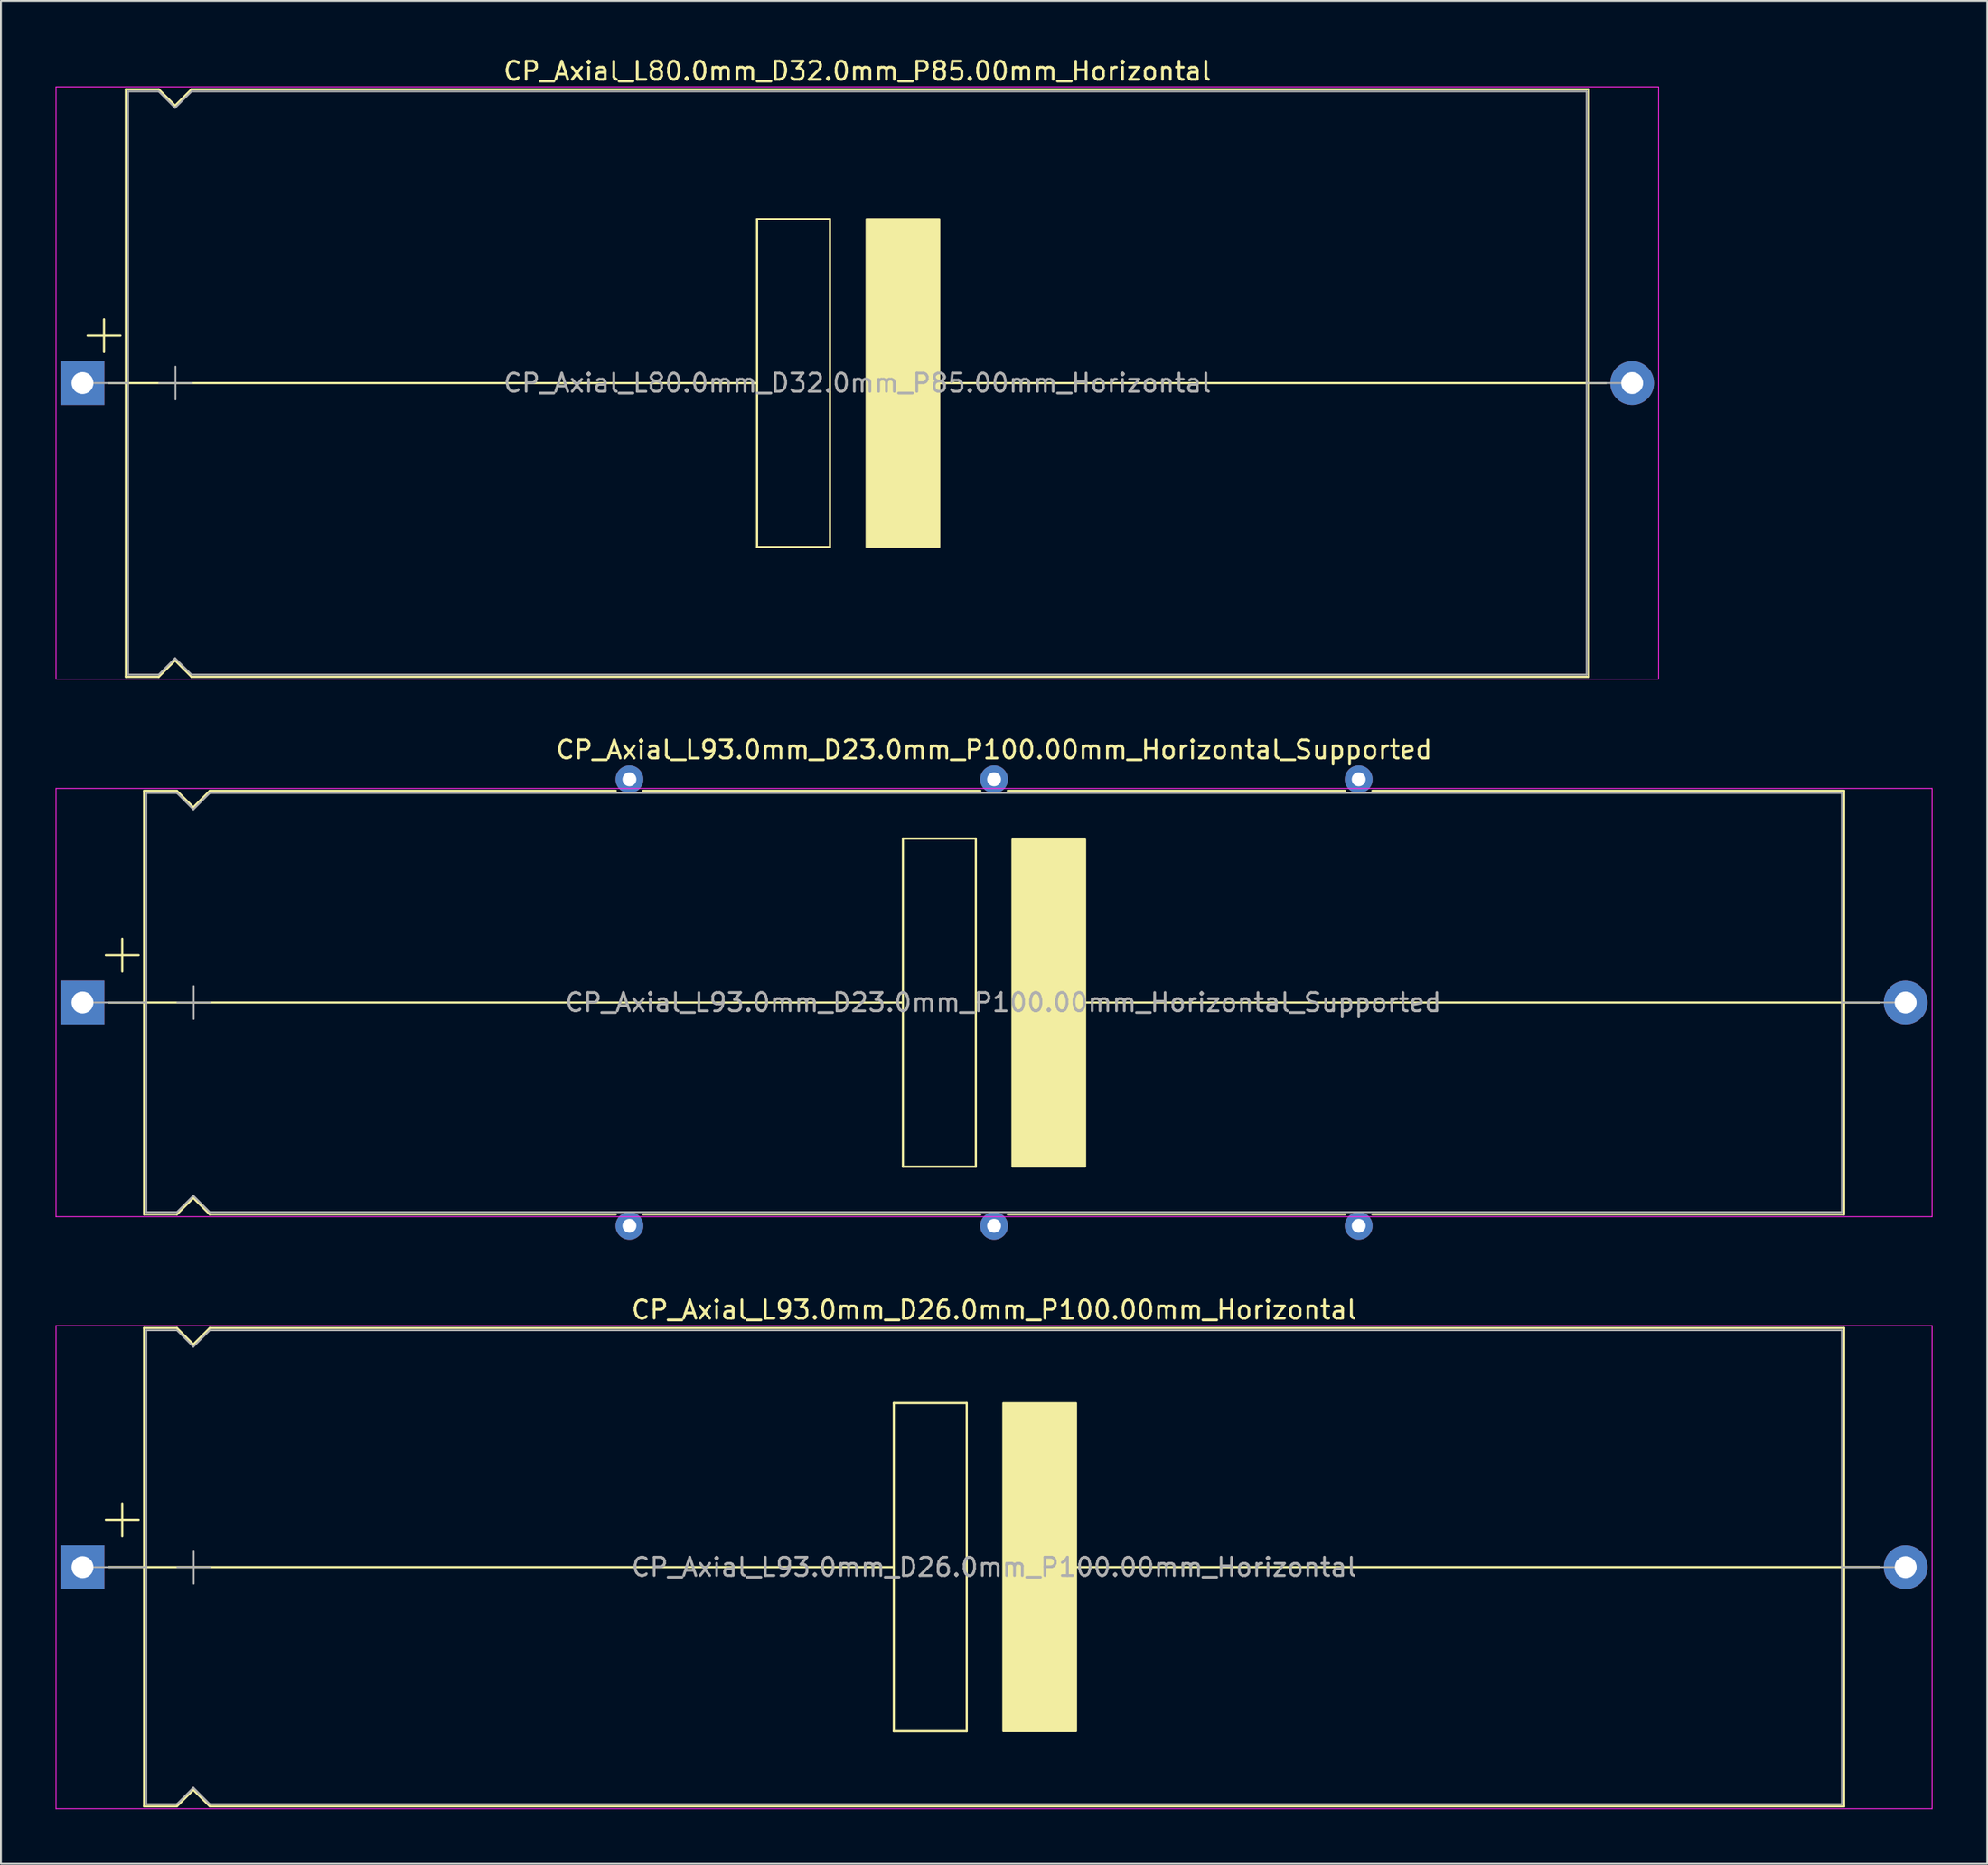
<source format=kicad_pcb>
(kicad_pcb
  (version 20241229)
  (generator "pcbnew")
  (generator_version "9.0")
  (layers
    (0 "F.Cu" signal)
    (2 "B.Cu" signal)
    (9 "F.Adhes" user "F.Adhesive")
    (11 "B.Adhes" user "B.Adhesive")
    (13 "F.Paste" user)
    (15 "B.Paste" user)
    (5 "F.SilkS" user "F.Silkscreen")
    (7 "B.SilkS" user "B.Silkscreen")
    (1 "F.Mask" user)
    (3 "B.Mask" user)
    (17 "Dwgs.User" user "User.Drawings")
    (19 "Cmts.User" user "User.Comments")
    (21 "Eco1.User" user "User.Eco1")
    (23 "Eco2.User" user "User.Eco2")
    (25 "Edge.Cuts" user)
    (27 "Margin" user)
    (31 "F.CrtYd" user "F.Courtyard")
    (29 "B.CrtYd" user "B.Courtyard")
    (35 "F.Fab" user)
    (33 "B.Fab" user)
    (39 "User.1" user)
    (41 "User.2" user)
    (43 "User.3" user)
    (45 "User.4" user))
  (footprint "CP_Axial_L80.0mm_D32.0mm_P85.00mm_Horizontal"
    (layer "F.Cu")
    (at 1.475 17.968)
    (property "Reference" "CP_Axial_L80.0mm_D32.0mm_P85.00mm_Horizontal" (at 42.5 -17.12 0) (layer "F.SilkS") (effects (font (size 1 1) (thickness 0.15))))
    (attr through_hole)
    (fp_line (start 0.28 -2.6) (end 2.08 -2.6) (stroke (width 0.12) (type solid)) (layer "F.SilkS"))
    (fp_line (start 1.18 -3.5) (end 1.18 -1.7) (stroke (width 0.12) (type solid)) (layer "F.SilkS"))
    (fp_line (start 1.44 0) (end 2.38 0) (stroke (width 0.12) (type solid)) (layer "F.SilkS"))
    (fp_line (start 2.38 -16.12) (end 2.38 16.12) (stroke (width 0.12) (type solid)) (layer "F.SilkS"))
    (fp_line (start 2.38 -16.12) (end 4.18 -16.12) (stroke (width 0.12) (type solid)) (layer "F.SilkS"))
    (fp_line (start 2.38 0) (end 37 0) (stroke (width 0.12) (type solid)) (layer "F.SilkS"))
    (fp_line (start 2.38 16.12) (end 4.18 16.12) (stroke (width 0.12) (type solid)) (layer "F.SilkS"))
    (fp_line (start 4.18 -16.12) (end 5.08 -15.22) (stroke (width 0.12) (type solid)) (layer "F.SilkS"))
    (fp_line (start 4.18 16.12) (end 5.08 15.22) (stroke (width 0.12) (type solid)) (layer "F.SilkS"))
    (fp_line (start 5.08 -15.22) (end 5.98 -16.12) (stroke (width 0.12) (type solid)) (layer "F.SilkS"))
    (fp_line (start 5.08 15.22) (end 5.98 16.12) (stroke (width 0.12) (type solid)) (layer "F.SilkS"))
    (fp_line (start 5.98 -16.12) (end 82.62 -16.12) (stroke (width 0.12) (type solid)) (layer "F.SilkS"))
    (fp_line (start 5.98 16.12) (end 82.62 16.12) (stroke (width 0.12) (type solid)) (layer "F.SilkS"))
    (fp_line (start 37 -9) (end 41 -9) (stroke (width 0.12) (type solid)) (layer "F.SilkS"))
    (fp_line (start 37 9) (end 37 -9) (stroke (width 0.12) (type solid)) (layer "F.SilkS"))
    (fp_line (start 41 -9) (end 41 9) (stroke (width 0.12) (type solid)) (layer "F.SilkS"))
    (fp_line (start 41 9) (end 37 9) (stroke (width 0.12) (type solid)) (layer "F.SilkS"))
    (fp_line (start 47 0) (end 82.62 0) (stroke (width 0.12) (type solid)) (layer "F.SilkS"))
    (fp_line (start 82.62 -16.12) (end 82.62 16.12) (stroke (width 0.12) (type solid)) (layer "F.SilkS"))
    (fp_line (start 83.56 0) (end 82.62 0) (stroke (width 0.12) (type solid)) (layer "F.SilkS"))
    (fp_poly (pts (xy 47 9) (xy 43 9) (xy 43 -9) (xy 47 -9)) (stroke (width 0.1) (type solid)) (fill yes) (layer "F.SilkS"))
    (fp_line (start -1.45 -16.25) (end -1.45 16.25) (stroke (width 0.05) (type solid)) (layer "F.CrtYd"))
    (fp_line (start -1.45 16.25) (end 86.45 16.25) (stroke (width 0.05) (type solid)) (layer "F.CrtYd"))
    (fp_line (start 86.45 -16.25) (end -1.45 -16.25) (stroke (width 0.05) (type solid)) (layer "F.CrtYd"))
    (fp_line (start 86.45 16.25) (end 86.45 -16.25) (stroke (width 0.05) (type solid)) (layer "F.CrtYd"))
    (fp_line (start 0 0) (end 2.5 0) (stroke (width 0.1) (type solid)) (layer "F.Fab"))
    (fp_line (start 2.5 -16) (end 2.5 16) (stroke (width 0.1) (type solid)) (layer "F.Fab"))
    (fp_line (start 2.5 -16) (end 4.18 -16) (stroke (width 0.1) (type solid)) (layer "F.Fab"))
    (fp_line (start 2.5 16) (end 4.18 16) (stroke (width 0.1) (type solid)) (layer "F.Fab"))
    (fp_line (start 4.18 -16) (end 5.08 -15.1) (stroke (width 0.1) (type solid)) (layer "F.Fab"))
    (fp_line (start 4.18 16) (end 5.08 15.1) (stroke (width 0.1) (type solid)) (layer "F.Fab"))
    (fp_line (start 4.2 0) (end 6 0) (stroke (width 0.1) (type solid)) (layer "F.Fab"))
    (fp_line (start 5.08 -15.1) (end 5.98 -16) (stroke (width 0.1) (type solid)) (layer "F.Fab"))
    (fp_line (start 5.08 15.1) (end 5.98 16) (stroke (width 0.1) (type solid)) (layer "F.Fab"))
    (fp_line (start 5.1 -0.9) (end 5.1 0.9) (stroke (width 0.1) (type solid)) (layer "F.Fab"))
    (fp_line (start 5.98 -16) (end 82.5 -16) (stroke (width 0.1) (type solid)) (layer "F.Fab"))
    (fp_line (start 5.98 16) (end 82.5 16) (stroke (width 0.1) (type solid)) (layer "F.Fab"))
    (fp_line (start 82.5 -16) (end 82.5 16) (stroke (width 0.1) (type solid)) (layer "F.Fab"))
    (fp_line (start 85 0) (end 82.5 0) (stroke (width 0.1) (type solid)) (layer "F.Fab"))
    (fp_text user "${REFERENCE}" (at 42.5 0 0) (layer "F.Fab") (effects (font (size 1 1) (thickness 0.15))))
    (pad "1" thru_hole rect (at 0 0) (size 2.4 2.4) (drill 1.2) (layers "*.Cu" "*.Mask"))
    (pad "2" thru_hole oval (at 85 0) (size 2.4 2.4) (drill 1.2) (layers "*.Cu" "*.Mask")))
  (footprint "CP_Axial_L93.0mm_D26.0mm_P100.00mm_Horizontal"
    (layer "F.Cu")
    (at 1.475 82.942)
    (property "Reference" "CP_Axial_L93.0mm_D26.0mm_P100.00mm_Horizontal" (at 50 -14.12 0) (layer "F.SilkS") (effects (font (size 1 1) (thickness 0.15))))
    (attr through_hole)
    (fp_line (start 1.28 -2.6) (end 3.08 -2.6) (stroke (width 0.12) (type solid)) (layer "F.SilkS"))
    (fp_line (start 1.44 0) (end 3.38 0) (stroke (width 0.12) (type solid)) (layer "F.SilkS"))
    (fp_line (start 2.18 -3.5) (end 2.18 -1.7) (stroke (width 0.12) (type solid)) (layer "F.SilkS"))
    (fp_line (start 3.38 -13.12) (end 3.38 13.12) (stroke (width 0.12) (type solid)) (layer "F.SilkS"))
    (fp_line (start 3.38 -13.12) (end 5.18 -13.12) (stroke (width 0.12) (type solid)) (layer "F.SilkS"))
    (fp_line (start 3.38 0) (end 44.5 0) (stroke (width 0.12) (type solid)) (layer "F.SilkS"))
    (fp_line (start 3.38 13.12) (end 5.18 13.12) (stroke (width 0.12) (type solid)) (layer "F.SilkS"))
    (fp_line (start 5.18 -13.12) (end 6.08 -12.22) (stroke (width 0.12) (type solid)) (layer "F.SilkS"))
    (fp_line (start 5.18 13.12) (end 6.08 12.22) (stroke (width 0.12) (type solid)) (layer "F.SilkS"))
    (fp_line (start 6.08 -12.22) (end 6.98 -13.12) (stroke (width 0.12) (type solid)) (layer "F.SilkS"))
    (fp_line (start 6.08 12.22) (end 6.98 13.12) (stroke (width 0.12) (type solid)) (layer "F.SilkS"))
    (fp_line (start 6.98 -13.12) (end 96.62 -13.12) (stroke (width 0.12) (type solid)) (layer "F.SilkS"))
    (fp_line (start 6.98 13.12) (end 96.62 13.12) (stroke (width 0.12) (type solid)) (layer "F.SilkS"))
    (fp_line (start 44.5 -9) (end 48.5 -9) (stroke (width 0.12) (type solid)) (layer "F.SilkS"))
    (fp_line (start 44.5 9) (end 44.5 -9) (stroke (width 0.12) (type solid)) (layer "F.SilkS"))
    (fp_line (start 48.5 -9) (end 48.5 9) (stroke (width 0.12) (type solid)) (layer "F.SilkS"))
    (fp_line (start 48.5 9) (end 44.5 9) (stroke (width 0.12) (type solid)) (layer "F.SilkS"))
    (fp_line (start 54.5 0) (end 96.62 0) (stroke (width 0.12) (type solid)) (layer "F.SilkS"))
    (fp_line (start 96.62 -13.12) (end 96.62 13.12) (stroke (width 0.12) (type solid)) (layer "F.SilkS"))
    (fp_line (start 98.56 0) (end 96.62 0) (stroke (width 0.12) (type solid)) (layer "F.SilkS"))
    (fp_poly (pts (xy 54.5 9) (xy 50.5 9) (xy 50.5 -9) (xy 54.5 -9)) (stroke (width 0.1) (type solid)) (fill yes) (layer "F.SilkS"))
    (fp_line (start -1.45 -13.25) (end -1.45 13.25) (stroke (width 0.05) (type solid)) (layer "F.CrtYd"))
    (fp_line (start -1.45 13.25) (end 101.45 13.25) (stroke (width 0.05) (type solid)) (layer "F.CrtYd"))
    (fp_line (start 101.45 -13.25) (end -1.45 -13.25) (stroke (width 0.05) (type solid)) (layer "F.CrtYd"))
    (fp_line (start 101.45 13.25) (end 101.45 -13.25) (stroke (width 0.05) (type solid)) (layer "F.CrtYd"))
    (fp_line (start 0 0) (end 3.5 0) (stroke (width 0.1) (type solid)) (layer "F.Fab"))
    (fp_line (start 3.5 -13) (end 3.5 13) (stroke (width 0.1) (type solid)) (layer "F.Fab"))
    (fp_line (start 3.5 -13) (end 5.18 -13) (stroke (width 0.1) (type solid)) (layer "F.Fab"))
    (fp_line (start 3.5 13) (end 5.18 13) (stroke (width 0.1) (type solid)) (layer "F.Fab"))
    (fp_line (start 5.18 -13) (end 6.08 -12.1) (stroke (width 0.1) (type solid)) (layer "F.Fab"))
    (fp_line (start 5.18 13) (end 6.08 12.1) (stroke (width 0.1) (type solid)) (layer "F.Fab"))
    (fp_line (start 5.2 0) (end 7 0) (stroke (width 0.1) (type solid)) (layer "F.Fab"))
    (fp_line (start 6.08 -12.1) (end 6.98 -13) (stroke (width 0.1) (type solid)) (layer "F.Fab"))
    (fp_line (start 6.08 12.1) (end 6.98 13) (stroke (width 0.1) (type solid)) (layer "F.Fab"))
    (fp_line (start 6.1 -0.9) (end 6.1 0.9) (stroke (width 0.1) (type solid)) (layer "F.Fab"))
    (fp_line (start 6.98 -13) (end 96.5 -13) (stroke (width 0.1) (type solid)) (layer "F.Fab"))
    (fp_line (start 6.98 13) (end 96.5 13) (stroke (width 0.1) (type solid)) (layer "F.Fab"))
    (fp_line (start 96.5 -13) (end 96.5 13) (stroke (width 0.1) (type solid)) (layer "F.Fab"))
    (fp_line (start 100 0) (end 96.5 0) (stroke (width 0.1) (type solid)) (layer "F.Fab"))
    (fp_text user "${REFERENCE}" (at 50 0 0) (layer "F.Fab") (effects (font (size 1 1) (thickness 0.15))))
    (pad "1" thru_hole rect (at 0 0) (size 2.4 2.4) (drill 1.2) (layers "*.Cu" "*.Mask"))
    (pad "2" thru_hole oval (at 100 0) (size 2.4 2.4) (drill 1.2) (layers "*.Cu" "*.Mask")))
  (footprint "CP_Axial_L93.0mm_D23.0mm_P100.00mm_Horizontal_Supported"
    (layer "F.Cu")
    (at 1.475 51.962)
    (property "Reference" "CP_Axial_L93.0mm_D23.0mm_P100.00mm_Horizontal_Supported" (at 50 -13.87 0) (layer "F.SilkS") (effects (font (size 1 1) (thickness 0.15))))
    (attr through_hole)
    (fp_line (start 1.28 -2.6) (end 3.08 -2.6) (stroke (width 0.12) (type solid)) (layer "F.SilkS"))
    (fp_line (start 1.44 0) (end 3.38 0) (stroke (width 0.12) (type solid)) (layer "F.SilkS"))
    (fp_line (start 2.18 -3.5) (end 2.18 -1.7) (stroke (width 0.12) (type solid)) (layer "F.SilkS"))
    (fp_line (start 3.38 -11.62) (end 3.38 11.62) (stroke (width 0.12) (type solid)) (layer "F.SilkS"))
    (fp_line (start 3.38 -11.62) (end 5.18 -11.62) (stroke (width 0.12) (type solid)) (layer "F.SilkS"))
    (fp_line (start 3.38 0) (end 45 0) (stroke (width 0.12) (type solid)) (layer "F.SilkS"))
    (fp_line (start 3.38 11.62) (end 5.18 11.62) (stroke (width 0.12) (type solid)) (layer "F.SilkS"))
    (fp_line (start 5.18 -11.62) (end 6.08 -10.72) (stroke (width 0.12) (type solid)) (layer "F.SilkS"))
    (fp_line (start 5.18 11.62) (end 6.08 10.72) (stroke (width 0.12) (type solid)) (layer "F.SilkS"))
    (fp_line (start 6.08 -10.72) (end 6.98 -11.62) (stroke (width 0.12) (type solid)) (layer "F.SilkS"))
    (fp_line (start 6.08 10.72) (end 6.98 11.62) (stroke (width 0.12) (type solid)) (layer "F.SilkS"))
    (fp_line (start 6.98 -11.62) (end 29.25 -11.62) (stroke (width 0.12) (type solid)) (layer "F.SilkS"))
    (fp_line (start 6.98 11.62) (end 29.25 11.62) (stroke (width 0.12) (type solid)) (layer "F.SilkS"))
    (fp_line (start 30.75 -11.62) (end 49.25 -11.62) (stroke (width 0.12) (type solid)) (layer "F.SilkS"))
    (fp_line (start 30.75 11.62) (end 49.25 11.62) (stroke (width 0.12) (type solid)) (layer "F.SilkS"))
    (fp_line (start 45 -9) (end 49 -9) (stroke (width 0.12) (type solid)) (layer "F.SilkS"))
    (fp_line (start 45 9) (end 45 -9) (stroke (width 0.12) (type solid)) (layer "F.SilkS"))
    (fp_line (start 49 -9) (end 49 9) (stroke (width 0.12) (type solid)) (layer "F.SilkS"))
    (fp_line (start 49 9) (end 45 9) (stroke (width 0.12) (type solid)) (layer "F.SilkS"))
    (fp_line (start 50.75 -11.62) (end 69.25 -11.62) (stroke (width 0.12) (type solid)) (layer "F.SilkS"))
    (fp_line (start 50.75 11.62) (end 69.25 11.62) (stroke (width 0.12) (type solid)) (layer "F.SilkS"))
    (fp_line (start 54.5 0) (end 96.62 0) (stroke (width 0.12) (type solid)) (layer "F.SilkS"))
    (fp_line (start 70.75 -11.62) (end 96.62 -11.62) (stroke (width 0.12) (type solid)) (layer "F.SilkS"))
    (fp_line (start 70.75 11.62) (end 96.62 11.62) (stroke (width 0.12) (type solid)) (layer "F.SilkS"))
    (fp_line (start 96.62 -11.62) (end 96.62 11.62) (stroke (width 0.12) (type solid)) (layer "F.SilkS"))
    (fp_line (start 98.56 0) (end 96.62 0) (stroke (width 0.12) (type solid)) (layer "F.SilkS"))
    (fp_poly (pts (xy 55 9) (xy 51 9) (xy 51 -9) (xy 55 -9)) (stroke (width 0.1) (type solid)) (fill yes) (layer "F.SilkS"))
    (fp_line (start -1.45 -11.75) (end -1.45 11.75) (stroke (width 0.05) (type solid)) (layer "F.CrtYd"))
    (fp_line (start -1.45 11.75) (end 101.45 11.75) (stroke (width 0.05) (type solid)) (layer "F.CrtYd"))
    (fp_line (start 101.45 -11.75) (end -1.45 -11.75) (stroke (width 0.05) (type solid)) (layer "F.CrtYd"))
    (fp_line (start 101.45 11.75) (end 101.45 -11.75) (stroke (width 0.05) (type solid)) (layer "F.CrtYd"))
    (fp_line (start 0 0) (end 3.5 0) (stroke (width 0.1) (type solid)) (layer "F.Fab"))
    (fp_line (start 3.5 -11.5) (end 3.5 11.5) (stroke (width 0.1) (type solid)) (layer "F.Fab"))
    (fp_line (start 3.5 -11.5) (end 5.18 -11.5) (stroke (width 0.1) (type solid)) (layer "F.Fab"))
    (fp_line (start 3.5 11.5) (end 5.18 11.5) (stroke (width 0.1) (type solid)) (layer "F.Fab"))
    (fp_line (start 5.18 -11.5) (end 6.08 -10.6) (stroke (width 0.1) (type solid)) (layer "F.Fab"))
    (fp_line (start 5.18 11.5) (end 6.08 10.6) (stroke (width 0.1) (type solid)) (layer "F.Fab"))
    (fp_line (start 5.2 0) (end 7 0) (stroke (width 0.1) (type solid)) (layer "F.Fab"))
    (fp_line (start 6.08 -10.6) (end 6.98 -11.5) (stroke (width 0.1) (type solid)) (layer "F.Fab"))
    (fp_line (start 6.08 10.6) (end 6.98 11.5) (stroke (width 0.1) (type solid)) (layer "F.Fab"))
    (fp_line (start 6.1 -0.9) (end 6.1 0.9) (stroke (width 0.1) (type solid)) (layer "F.Fab"))
    (fp_line (start 6.98 -11.5) (end 96.5 -11.5) (stroke (width 0.1) (type solid)) (layer "F.Fab"))
    (fp_line (start 6.98 11.5) (end 96.5 11.5) (stroke (width 0.1) (type solid)) (layer "F.Fab"))
    (fp_line (start 96.5 -11.5) (end 96.5 11.5) (stroke (width 0.1) (type solid)) (layer "F.Fab"))
    (fp_line (start 100 0) (end 96.5 0) (stroke (width 0.1) (type solid)) (layer "F.Fab"))
    (fp_text user "${REFERENCE}" (at 50.5 0 0) (layer "F.Fab") (effects (font (size 1 1) (thickness 0.15))))
    (pad "1" thru_hole rect (at 0 0) (size 2.4 2.4) (drill 1.2) (layers "*.Cu" "*.Mask"))
    (pad "2" thru_hole oval (at 100 0) (size 2.4 2.4) (drill 1.2) (layers "*.Cu" "*.Mask"))
    (pad "~" thru_hole circle (at 30 -12.25) (size 1.524 1.524) (drill 0.762) (layers "*.Cu" "*.Mask"))
    (pad "~" thru_hole circle (at 30 12.25) (size 1.524 1.524) (drill 0.762) (layers "*.Cu" "*.Mask"))
    (pad "~" thru_hole circle (at 50 -12.25) (size 1.524 1.524) (drill 0.762) (layers "*.Cu" "*.Mask"))
    (pad "~" thru_hole circle (at 50 12.25) (size 1.524 1.524) (drill 0.762) (layers "*.Cu" "*.Mask"))
    (pad "~" thru_hole circle (at 70 -12.25) (size 1.524 1.524) (drill 0.762) (layers "*.Cu" "*.Mask"))
    (pad "~" thru_hole circle (at 70 12.25) (size 1.524 1.524) (drill 0.762) (layers "*.Cu" "*.Mask")))
  (gr_rect
    (start -3 -3)
    (end 105.95 99.217)
    (stroke (width 0.1) (type default))
    (fill no)
    (layer "Edge.Cuts")))
</source>
